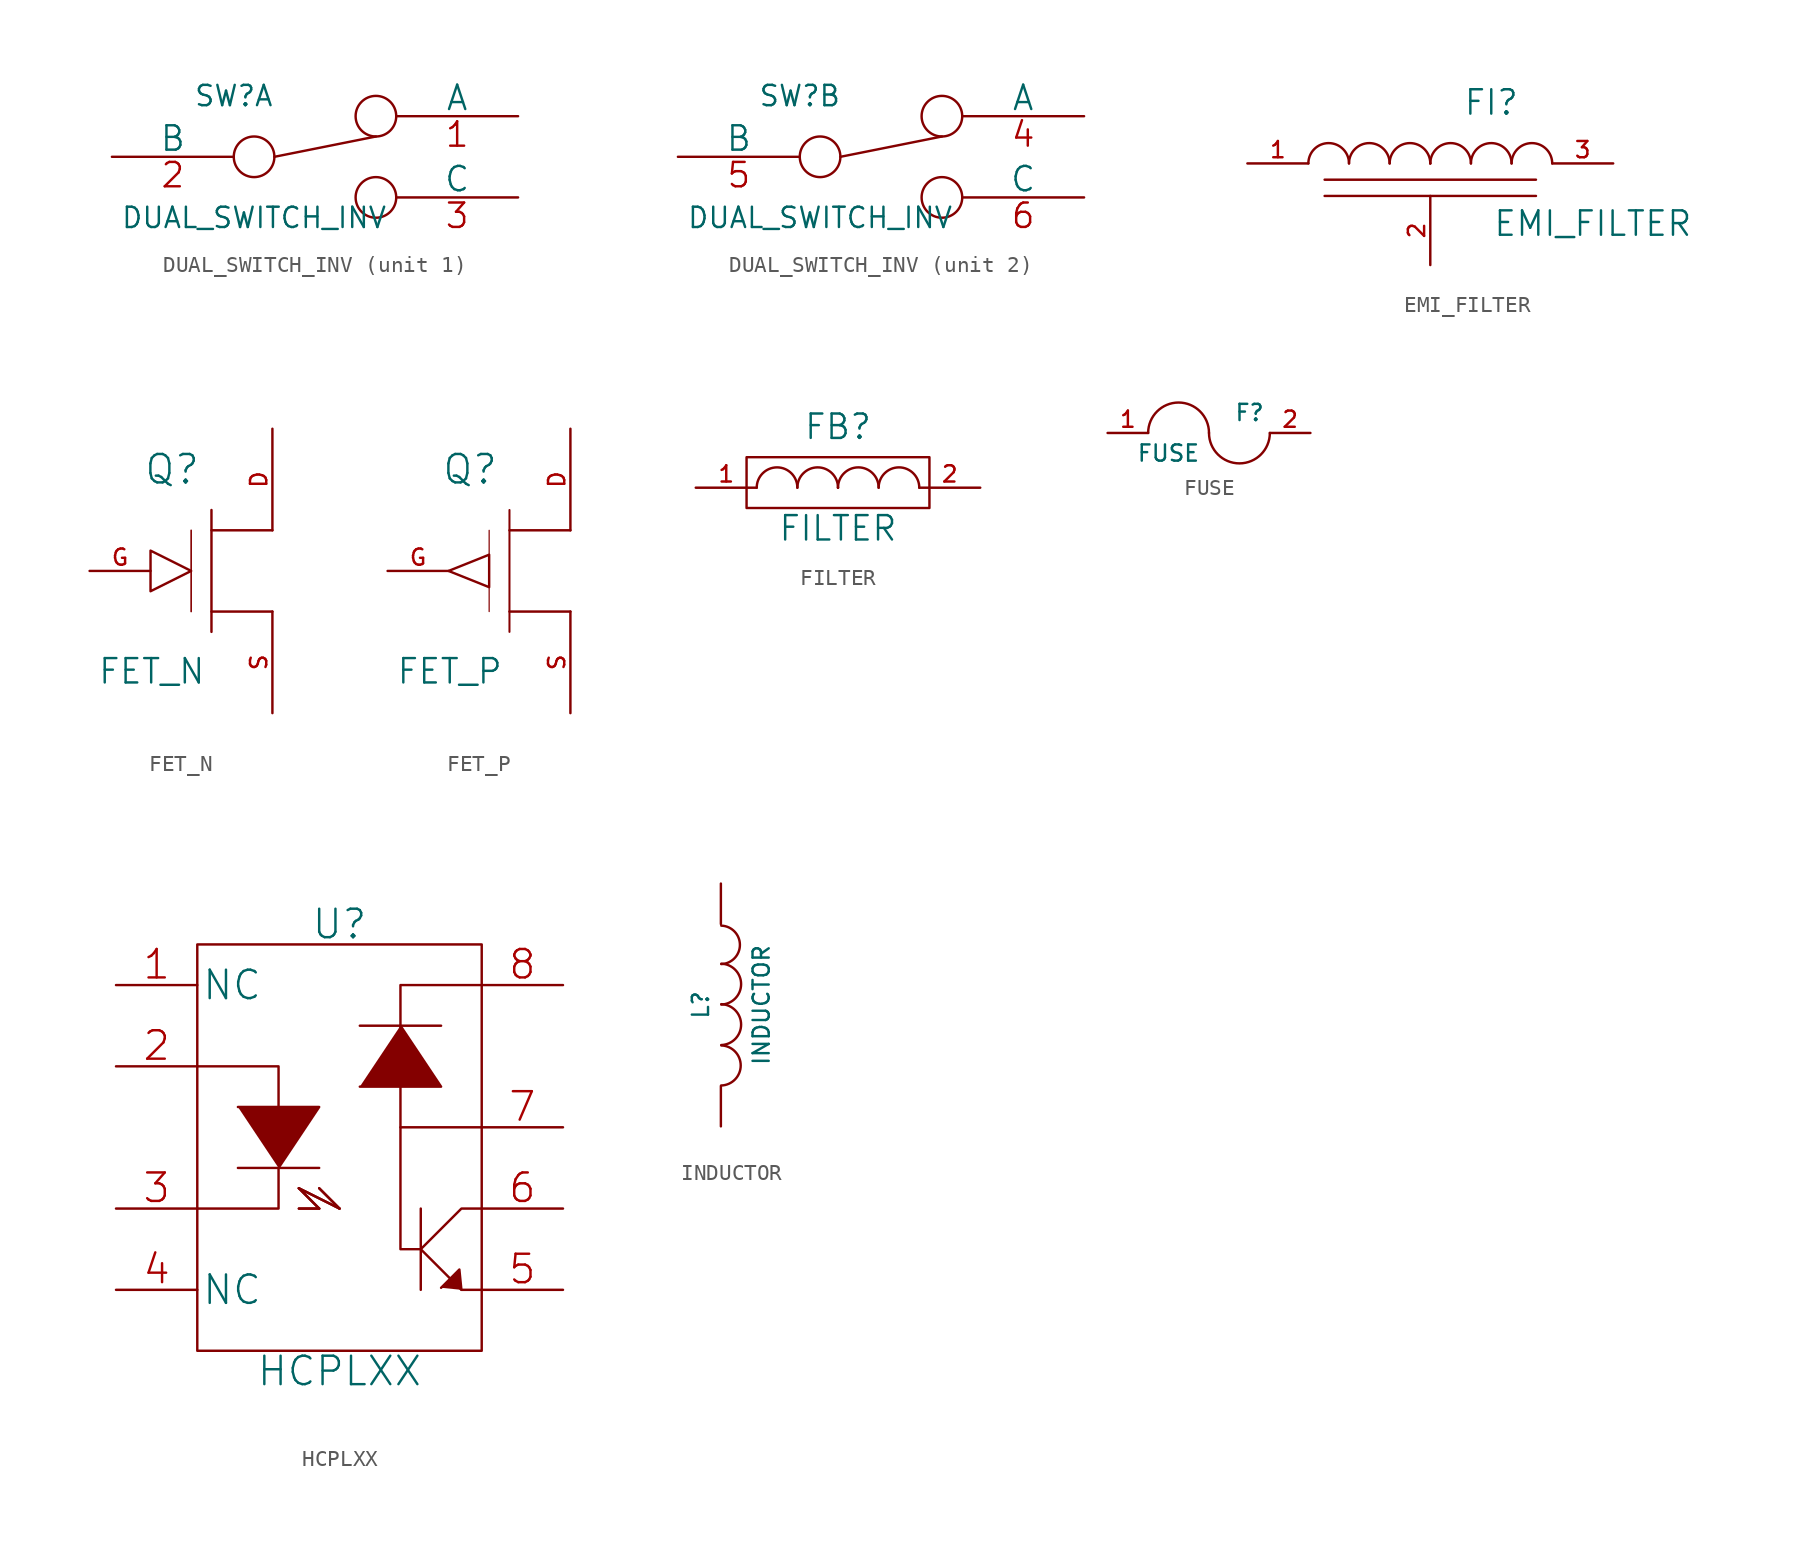
<source format=kicad_sym>
(kicad_symbol_lib
  (version 20211014)
  (generator kicad_symbol_editor)
  (symbol "DUAL_SWITCH_INV"
    (pin_names
      (offset 0))
    (property "Reference" "SW"
      (at -5.08 3.81 0)
      (effects (font (size 1.27 1.27))))
    (property "Value" "DUAL_SWITCH_INV"
      (at -3.81 -3.81 0)
      (effects (font (size 1.27 1.27))))
    (property "Footprint" ""
      (at 0 0 0)
      (effects (font (size 1.524 1.524))))
    (property "Datasheet" ""
      (at 0 0 0)
      (effects (font (size 1.524 1.524))))
    (symbol "DUAL_SWITCH_INV_0_0"
      (circle (center -3.81 0) (radius 1.27) (stroke (width 0) (type default) (color 0 0 0 0)) (fill (type none)))
      (circle (center 3.81 -2.54) (radius 1.27) (stroke (width 0) (type default) (color 0 0 0 0)) (fill (type none))))
    (symbol "DUAL_SWITCH_INV_0_1"
      (polyline (pts (xy -2.54 0) (xy 3.81 1.27)) (stroke (width 0) (type default) (color 0 0 0 0)) (fill (type none)))
      (circle (center 3.81 2.54) (radius 1.27) (stroke (width 0) (type default) (color 0 0 0 0)) (fill (type none))))
    (symbol "DUAL_SWITCH_INV_1_1"
      (pin passive line (at 12.7 2.54 180) (length 7.62) (name "A" (effects (font (size 1.524 1.524)))) (number "1" (effects (font (size 1.524 1.524)))))
      (pin passive line (at -12.7 0 0) (length 7.62) (name "B" (effects (font (size 1.524 1.524)))) (number "2" (effects (font (size 1.524 1.524)))))
      (pin passive line (at 12.7 -2.54 180) (length 7.62) (name "C" (effects (font (size 1.524 1.524)))) (number "3" (effects (font (size 1.524 1.524))))))
    (symbol "DUAL_SWITCH_INV_2_1"
      (pin passive line (at 12.7 2.54 180) (length 7.62) (name "A" (effects (font (size 1.524 1.524)))) (number "4" (effects (font (size 1.524 1.524)))))
      (pin passive line (at -12.7 0 0) (length 7.62) (name "B" (effects (font (size 1.524 1.524)))) (number "5" (effects (font (size 1.524 1.524)))))
      (pin passive line (at 12.7 -2.54 180) (length 7.62) (name "C" (effects (font (size 1.524 1.524)))) (number "6" (effects (font (size 1.524 1.524)))))))
  (symbol "EMI_FILTER"
    (pin_names
      (offset 1.016) hide)
    (property "Reference" "FI"
      (at 3.81 3.81 0)
      (effects (font (size 1.524 1.524))))
    (property "Value" "EMI_FILTER"
      (at 10.16 -3.759 0)
      (effects (font (size 1.524 1.524))))
    (property "Footprint" ""
      (at 0 0 0)
      (effects (font (size 1.524 1.524))))
    (property "Datasheet" ""
      (at 0 0 0)
      (effects (font (size 1.524 1.524))))
    (symbol "EMI_FILTER_0_1"
      (arc (start -5.08 0) (mid -6.35 1.27) (end -7.62 0) (stroke (width 0) (type default) (color 0 0 0 0)) (fill (type none)))
      (arc (start -2.54 0) (mid -3.81 1.27) (end -5.08 0) (stroke (width 0) (type default) (color 0 0 0 0)) (fill (type none)))
      (arc (start 0 0) (mid -1.27 1.27) (end -2.54 0) (stroke (width 0) (type default) (color 0 0 0 0)) (fill (type none)))
      (arc (start 0 0) (mid 0 0) (end 0 0) (stroke (width 0) (type default) (color 0 0 0 0)) (fill (type none)))
      (polyline (pts (xy -6.604 -2.032) (xy 6.604 -2.032) (xy 6.604 -2.032)) (stroke (width 0) (type default) (color 0 0 0 0)) (fill (type none)))
      (polyline (pts (xy -6.604 -1.016) (xy 6.604 -1.016) (xy 6.604 -1.016) (xy 6.604 -1.016) (xy 6.604 -1.016)) (stroke (width 0) (type default) (color 0 0 0 0)) (fill (type none)))
      (arc (start 2.54 0) (mid 1.27 1.27) (end 0 0) (stroke (width 0) (type default) (color 0 0 0 0)) (fill (type none)))
      (arc (start 5.08 0) (mid 3.81 1.27) (end 2.54 0) (stroke (width 0) (type default) (color 0 0 0 0)) (fill (type none)))
      (arc (start 7.62 0) (mid 6.35 1.27) (end 5.08 0) (stroke (width 0) (type default) (color 0 0 0 0)) (fill (type none))))
    (symbol "EMI_FILTER_1_1"
      (pin passive line (at -11.43 0 0) (length 3.81) (name "VI" (effects (font (size 1.016 1.016)))) (number "1" (effects (font (size 1.016 1.016)))))
      (pin passive line (at 0 -6.35 90) (length 4.318) (name "GND" (effects (font (size 1.016 1.016)))) (number "2" (effects (font (size 1.016 1.016)))))
      (pin passive line (at 11.43 0 180) (length 3.81) (name "VO" (effects (font (size 1.016 1.016)))) (number "3" (effects (font (size 1.016 1.016)))))))
  (symbol "FET_N"
    (pin_names
      (offset 0.762) hide)
    (property "Reference" "Q"
      (at -2.464 6.35 0)
      (effects (font (size 1.778 1.778))))
    (property "Value" "FET_N"
      (at -3.734 -6.274 0)
      (effects (font (size 1.524 1.524))))
    (property "Footprint" ""
      (at 0 0 0)
      (effects (font (size 1.524 1.524))))
    (property "Datasheet" ""
      (at 0 0 0)
      (effects (font (size 1.524 1.524))))
    (symbol "FET_N_0_1"
      (polyline (pts (xy 0 -3.81) (xy 0 3.81)) (stroke (width 0.152) (type default) (color 0 0 0 0)) (fill (type none)))
      (polyline (pts (xy 0 -2.54) (xy 3.81 -2.54)) (stroke (width 0) (type default) (color 0 0 0 0)) (fill (type none)))
      (polyline (pts (xy 0 2.54) (xy 3.81 2.54)) (stroke (width 0) (type default) (color 0 0 0 0)) (fill (type none)))
      (polyline (pts (xy -1.27 2.54) (xy -1.27 -2.54) (xy -1.27 -2.54)) (stroke (width 0.102) (type default) (color 0 0 0 0)) (fill (type none)))
      (polyline (pts (xy -1.27 0) (xy -3.81 -1.27) (xy -3.81 1.27) (xy -1.27 0) (xy -1.27 0)) (stroke (width 0) (type default) (color 0 0 0 0)) (fill (type none))))
    (symbol "FET_N_1_1"
      (pin passive line (at 3.81 8.89 270) (length 6.35) (name "D" (effects (font (size 1.016 1.016)))) (number "D" (effects (font (size 1.016 1.016)))))
      (pin input line (at -7.62 0 0) (length 3.81) (name "G" (effects (font (size 1.016 1.016)))) (number "G" (effects (font (size 1.016 1.016)))))
      (pin passive line (at 3.81 -8.89 90) (length 6.35) (name "S" (effects (font (size 1.016 1.016)))) (number "S" (effects (font (size 1.016 1.016)))))))
  (symbol "FET_P"
    (pin_names
      (offset 1.016) hide)
    (property "Reference" "Q"
      (at -2.464 6.35 0)
      (effects (font (size 1.778 1.778))))
    (property "Value" "FET_P"
      (at -3.734 -6.274 0)
      (effects (font (size 1.524 1.524))))
    (property "Footprint" ""
      (at 0 0 0)
      (effects (font (size 1.524 1.524))))
    (property "Datasheet" ""
      (at 0 0 0)
      (effects (font (size 1.524 1.524))))
    (symbol "FET_P_0_1"
      (polyline (pts (xy 0 -3.81) (xy 0 3.81)) (stroke (width 0.127) (type default) (color 0 0 0 0)) (fill (type none)))
      (polyline (pts (xy 0 -2.54) (xy 3.81 -2.54)) (stroke (width 0) (type default) (color 0 0 0 0)) (fill (type none)))
      (polyline (pts (xy 0 2.54) (xy 3.81 2.54)) (stroke (width 0) (type default) (color 0 0 0 0)) (fill (type none)))
      (polyline (pts (xy -1.27 2.54) (xy -1.27 -2.54) (xy -1.27 -2.54)) (stroke (width 0.076) (type default) (color 0 0 0 0)) (fill (type none)))
      (polyline (pts (xy -1.27 -1.016) (xy -3.81 0) (xy -1.27 1.016) (xy -1.27 -1.016) (xy -1.27 -1.016)) (stroke (width 0) (type default) (color 0 0 0 0)) (fill (type none))))
    (symbol "FET_P_1_1"
      (pin passive line (at 3.81 8.89 270) (length 6.35) (name "D" (effects (font (size 1.016 1.016)))) (number "D" (effects (font (size 1.016 1.016)))))
      (pin input line (at -7.62 0 0) (length 3.81) (name "G" (effects (font (size 1.016 1.016)))) (number "G" (effects (font (size 1.016 1.016)))))
      (pin passive line (at 3.81 -8.89 90) (length 6.35) (name "S" (effects (font (size 1.016 1.016)))) (number "S" (effects (font (size 1.016 1.016)))))))
  (symbol "FILTER"
    (pin_names
      (offset 1.016) hide)
    (property "Reference" "FB"
      (at 0 3.81 0)
      (effects (font (size 1.524 1.524))))
    (property "Value" "FILTER"
      (at 0 -2.54 0)
      (effects (font (size 1.524 1.524))))
    (property "Footprint" ""
      (at 0 0 0)
      (effects (font (size 1.524 1.524))))
    (property "Datasheet" ""
      (at 0 0 0)
      (effects (font (size 1.524 1.524))))
    (symbol "FILTER_0_1"
      (rectangle (start -5.715 1.905) (end 5.715 -1.27) (stroke (width 0) (type default) (color 0 0 0 0)) (fill (type none)))
      (arc (start -2.54 0) (mid -3.81 1.27) (end -5.08 0) (stroke (width 0) (type default) (color 0 0 0 0)) (fill (type none)))
      (arc (start 0 0) (mid -1.27 1.27) (end -2.54 0) (stroke (width 0) (type default) (color 0 0 0 0)) (fill (type none)))
      (arc (start 0 0) (mid 0 0) (end 0 0) (stroke (width 0) (type default) (color 0 0 0 0)) (fill (type none)))
      (arc (start 2.54 0) (mid 1.27 1.27) (end 0 0) (stroke (width 0) (type default) (color 0 0 0 0)) (fill (type none)))
      (arc (start 5.08 0) (mid 3.81 1.27) (end 2.54 0) (stroke (width 0) (type default) (color 0 0 0 0)) (fill (type none))))
    (symbol "FILTER_1_1"
      (pin passive line (at -8.89 0 0) (length 3.81) (name "1" (effects (font (size 1.016 1.016)))) (number "1" (effects (font (size 1.016 1.016)))))
      (pin passive line (at 8.89 0 180) (length 3.81) (name "2" (effects (font (size 1.016 1.016)))) (number "2" (effects (font (size 1.016 1.016)))))))
  (symbol "FUSE"
    (pin_names
      (offset 0.254))
    (property "Reference" "F"
      (at 2.54 1.27 0)
      (effects (font (size 1.016 1.016))))
    (property "Value" "FUSE"
      (at -2.54 -1.27 0)
      (effects (font (size 1.016 1.016))))
    (property "Footprint" ""
      (at 0 0 0)
      (effects (font (size 1.524 1.524))))
    (property "Datasheet" ""
      (at 0 0 0)
      (effects (font (size 1.524 1.524))))
    (symbol "FUSE_0_1"
      (arc (start 0 0) (mid -1.905 1.905) (end -3.81 0) (stroke (width 0) (type default) (color 0 0 0 0)) (fill (type none)))
      (arc (start 0 0) (mid 1.905 -1.905) (end 3.81 0) (stroke (width 0) (type default) (color 0 0 0 0)) (fill (type none))))
    (symbol "FUSE_1_1"
      (pin input line (at -6.35 0 0) (length 2.54) (name "~" (effects (font (size 1.016 1.016)))) (number "1" (effects (font (size 1.016 1.016)))))
      (pin input line (at 6.35 0 180) (length 2.54) (name "~" (effects (font (size 1.016 1.016)))) (number "2" (effects (font (size 1.016 1.016)))))))
  (symbol "HCPLXX"
    (pin_names
      (offset 0.254))
    (property "Reference" "U"
      (at 0 13.97 0)
      (effects (font (size 1.778 1.778))))
    (property "Value" "HCPLXX"
      (at 0 -13.97 0)
      (effects (font (size 1.778 1.778))))
    (property "Footprint" ""
      (at 0 0 0)
      (effects (font (size 1.524 1.524))))
    (property "Datasheet" ""
      (at 0 0 0)
      (effects (font (size 1.524 1.524))))
    (symbol "HCPLXX_0_0"
      (polyline (pts (xy -6.35 -1.27) (xy -1.27 -1.27)) (stroke (width 0) (type default) (color 0 0 0 0)) (fill (type none)))
      (polyline (pts (xy -2.54 -2.54) (xy -1.27 -3.81)) (stroke (width 0) (type default) (color 0 0 0 0)) (fill (type none)))
      (polyline (pts (xy -2.54 -2.54) (xy -1.27 -3.81)) (stroke (width 0) (type default) (color 0 0 0 0)) (fill (type none)))
      (polyline (pts (xy -2.54 -2.54) (xy 0 -3.81)) (stroke (width 0) (type default) (color 0 0 0 0)) (fill (type none)))
      (polyline (pts (xy -2.54 -2.54) (xy 0 -3.81)) (stroke (width 0) (type default) (color 0 0 0 0)) (fill (type none)))
      (polyline (pts (xy -1.27 -3.81) (xy -1.27 -3.81) (xy -2.54 -3.81)) (stroke (width 0) (type default) (color 0 0 0 0)) (fill (type none)))
      (polyline (pts (xy -1.27 -3.81) (xy -1.27 -3.81) (xy -2.54 -3.81)) (stroke (width 0) (type default) (color 0 0 0 0)) (fill (type none)))
      (polyline (pts (xy -1.27 -2.54) (xy 0 -3.81) (xy -1.27 -2.54)) (stroke (width 0) (type default) (color 0 0 0 0)) (fill (type none)))
      (polyline (pts (xy -1.27 -2.54) (xy 0 -3.81) (xy -1.27 -2.54)) (stroke (width 0) (type default) (color 0 0 0 0)) (fill (type none))))
    (symbol "HCPLXX_0_1"
      (rectangle (start -8.89 12.7) (end 8.89 -12.7) (stroke (width 0) (type default) (color 0 0 0 0)) (fill (type none)))
      (polyline (pts (xy 5.08 -3.81) (xy 5.08 -8.89)) (stroke (width 0) (type default) (color 0 0 0 0)) (fill (type none)))
      (polyline (pts (xy 5.08 5.08) (xy 5.08 5.08)) (stroke (width 0) (type default) (color 0 0 0 0)) (fill (type outline)))
      (polyline (pts (xy -8.89 5.08) (xy -3.81 5.08) (xy -3.81 2.54)) (stroke (width 0) (type default) (color 0 0 0 0)) (fill (type none)))
      (polyline (pts (xy -6.35 2.54) (xy -1.27 2.54) (xy -3.81 -1.27)) (stroke (width 0) (type default) (color 0 0 0 0)) (fill (type outline)))
      (polyline (pts (xy -3.81 -1.27) (xy -3.81 -3.81) (xy -8.89 -3.81)) (stroke (width 0) (type default) (color 0 0 0 0)) (fill (type none)))
      (polyline (pts (xy 1.27 7.62) (xy 6.35 7.62) (xy 6.35 7.62)) (stroke (width 0) (type default) (color 0 0 0 0)) (fill (type background)))
      (polyline (pts (xy 5.08 -6.35) (xy 7.62 -8.89) (xy 8.89 -8.89)) (stroke (width 0) (type default) (color 0 0 0 0)) (fill (type none)))
      (polyline (pts (xy 5.08 -6.35) (xy 7.62 -3.81) (xy 8.89 -3.81)) (stroke (width 0) (type default) (color 0 0 0 0)) (fill (type none)))
      (polyline (pts (xy 7.62 -8.89) (xy 7.493 -7.62) (xy 6.35 -8.763)) (stroke (width 0) (type default) (color 0 0 0 0)) (fill (type outline)))
      (polyline (pts (xy 1.27 3.81) (xy 6.35 3.81) (xy 3.81 7.62) (xy 3.81 7.62)) (stroke (width 0) (type default) (color 0 0 0 0)) (fill (type outline)))
      (polyline (pts (xy 3.81 1.27) (xy 3.81 10.16) (xy 8.89 10.16) (xy 8.89 10.16)) (stroke (width 0) (type default) (color 0 0 0 0)) (fill (type none)))
      (polyline (pts (xy 5.08 -6.35) (xy 3.81 -6.35) (xy 3.81 1.27) (xy 8.89 1.27)) (stroke (width 0) (type default) (color 0 0 0 0)) (fill (type none))))
    (symbol "HCPLXX_1_1"
      (pin unspecified line (at -13.97 10.16 0) (length 5.08) (name "NC" (effects (font (size 1.778 1.778)))) (number "1" (effects (font (size 1.778 1.778)))))
      (pin input line (at -13.97 5.08 0) (length 5.08) (name "~" (effects (font (size 1.778 1.778)))) (number "2" (effects (font (size 1.778 1.778)))))
      (pin output line (at -13.97 -3.81 0) (length 5.08) (name "~" (effects (font (size 1.778 1.778)))) (number "3" (effects (font (size 1.778 1.778)))))
      (pin input line (at -13.97 -8.89 0) (length 5.08) (name "NC" (effects (font (size 1.778 1.778)))) (number "4" (effects (font (size 1.778 1.778)))))
      (pin input line (at 13.97 -8.89 180) (length 5.08) (name "~" (effects (font (size 1.778 1.778)))) (number "5" (effects (font (size 1.778 1.778)))))
      (pin input line (at 13.97 -3.81 180) (length 5.08) (name "~" (effects (font (size 1.778 1.778)))) (number "6" (effects (font (size 1.778 1.778)))))
      (pin unspecified line (at 13.97 1.27 180) (length 5.08) (name "~" (effects (font (size 1.778 1.778)))) (number "7" (effects (font (size 1.778 1.778)))))
      (pin input line (at 13.97 10.16 180) (length 5.08) (name "~" (effects (font (size 1.778 1.778)))) (number "8" (effects (font (size 1.778 1.778)))))))
  (symbol "INDUCTOR"
    (pin_numbers hide)
    (pin_names
      (offset 1.016) hide)
    (property "Reference" "L"
      (at -1.27 0 90)
      (effects (font (size 1.016 1.016))))
    (property "Value" "INDUCTOR"
      (at 2.54 0 90)
      (effects (font (size 1.016 1.016))))
    (property "Footprint" ""
      (at 0 0 0)
      (effects (font (size 1.524 1.524))))
    (property "Datasheet" ""
      (at 0 0 0)
      (effects (font (size 1.524 1.524))))
    (symbol "INDUCTOR_0_1"
      (arc (start 0.0254 -5.0546) (mid 1.2449 -3.8097) (end 0.0254 -2.54) (stroke (width 0) (type default) (color 0 0 0 0)) (fill (type none)))
      (arc (start 0.0254 -2.5146) (mid 1.2703 -1.2444) (end 0.0254 0.0508) (stroke (width 0) (type default) (color 0 0 0 0)) (fill (type none)))
      (arc (start 0.0254 0.0254) (mid 1.2703 1.2956) (end 0.0254 2.5908) (stroke (width 0) (type default) (color 0 0 0 0)) (fill (type none)))
      (arc (start 0.0254 2.5654) (mid 1.1941 3.7595) (end 0.0254 4.9784) (stroke (width 0) (type default) (color 0 0 0 0)) (fill (type none))))
    (symbol "INDUCTOR_1_1"
      (pin passive line (at 0 7.62 270) (length 2.54) (name "1" (effects (font (size 1.778 1.778)))) (number "1" (effects (font (size 1.778 1.778)))))
      (pin passive line (at 0 -7.62 90) (length 2.54) (name "2" (effects (font (size 1.778 1.778)))) (number "2" (effects (font (size 1.778 1.778))))))))
</source>
